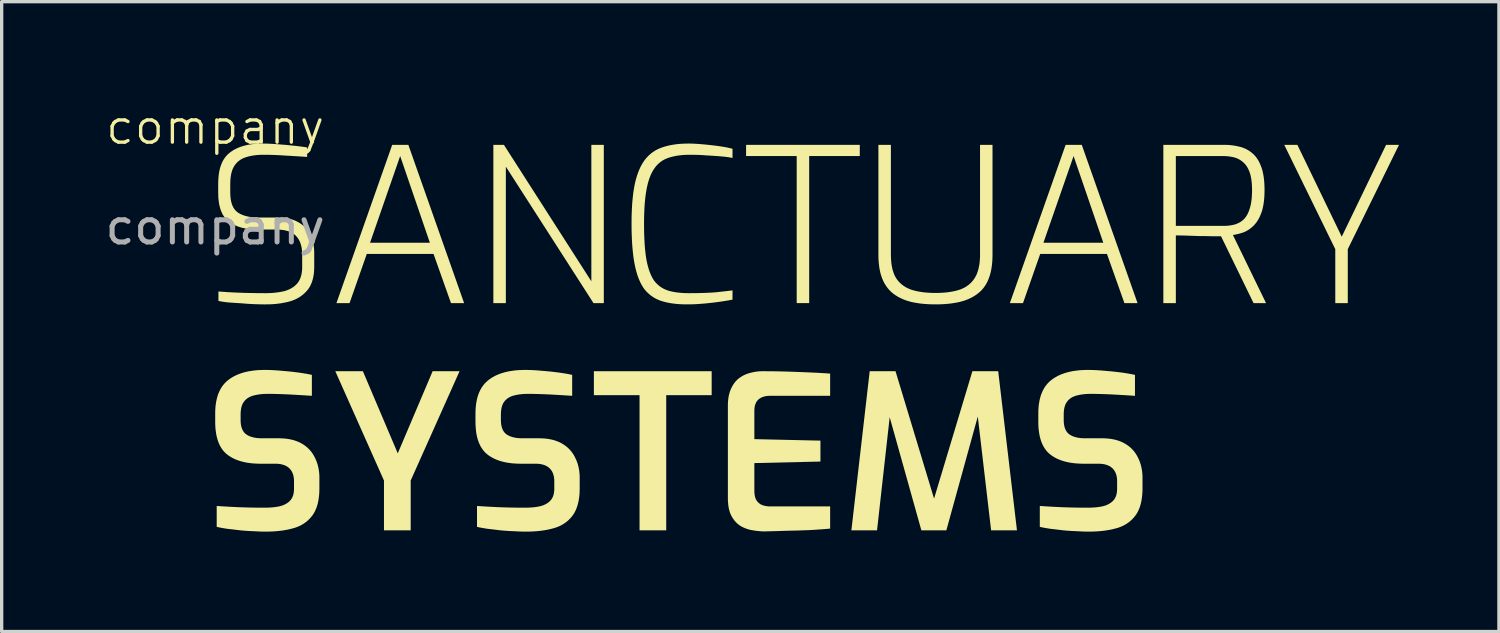
<source format=kicad_pcb>
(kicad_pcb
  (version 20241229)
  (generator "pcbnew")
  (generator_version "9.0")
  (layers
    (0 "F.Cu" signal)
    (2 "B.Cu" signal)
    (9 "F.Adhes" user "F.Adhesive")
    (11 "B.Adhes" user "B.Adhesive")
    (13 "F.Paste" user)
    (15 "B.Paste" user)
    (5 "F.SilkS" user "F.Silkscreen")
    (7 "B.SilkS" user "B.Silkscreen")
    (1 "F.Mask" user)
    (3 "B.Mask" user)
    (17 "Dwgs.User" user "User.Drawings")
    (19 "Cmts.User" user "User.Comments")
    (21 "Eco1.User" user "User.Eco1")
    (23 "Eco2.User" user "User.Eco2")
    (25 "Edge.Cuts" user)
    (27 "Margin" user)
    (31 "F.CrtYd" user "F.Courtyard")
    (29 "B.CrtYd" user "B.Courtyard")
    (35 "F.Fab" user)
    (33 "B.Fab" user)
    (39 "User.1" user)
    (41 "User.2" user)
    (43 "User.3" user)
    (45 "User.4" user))
  (footprint "company"
    (layer "F.Cu")
    (at 3.411 1.26)
    (property "Reference" "company" (at 0 -0.5 0) (unlocked yes) (layer "F.SilkS") (effects (font (size 1 1) (thickness 0.1))))
    (fp_poly (pts (xy 21.624 4.828) (xy 21.624 4.828) (xy 21.624 4.828)) (stroke (width -0.000001) (type solid)) (fill yes) (layer "F.SilkS"))
    (fp_poly (pts (xy 14.905 7.554) (xy 13.541 7.554) (xy 13.541 11.612) (xy 12.74 11.612) (xy 12.74 7.554) (xy 11.369 7.554) (xy 11.369 6.835) (xy 14.905 6.835)) (stroke (width -0.000001) (type solid)) (fill yes) (layer "F.SilkS"))
    (fp_poly (pts (xy 19.352 0.375) (xy 17.833 0.375) (xy 17.833 4.79) (xy 17.458 4.79) (xy 17.458 0.375) (xy 15.939 0.375) (xy 15.939 0.039) (xy 19.352 0.039)) (stroke (width -0.000001) (type solid)) (fill yes) (layer "F.SilkS"))
    (fp_poly (pts (xy 5.481 9.301) (xy 6.528 6.835) (xy 7.336 6.835) (xy 5.869 10.117) (xy 5.869 11.612) (xy 5.067 11.612) (xy 5.067 10.117) (xy 3.606 6.835) (xy 4.434 6.835)) (stroke (width -0.000001) (type solid)) (fill yes) (layer "F.SilkS"))
    (fp_poly (pts (xy 33.822 2.796) (xy 35.153 0.039) (xy 35.541 0.039) (xy 34.003 3.171) (xy 34.003 4.79) (xy 33.628 4.79) (xy 33.628 3.171) (xy 32.096 0.039) (xy 32.49 0.039)) (stroke (width -0.000001) (type solid)) (fill yes) (layer "F.SilkS"))
    (fp_poly (pts (xy 11.293 4.136) (xy 11.293 0.039) (xy 11.667 0.039) (xy 11.667 4.79) (xy 11.357 4.79) (xy 8.726 0.693) (xy 8.726 4.79) (xy 8.351 4.79) (xy 8.351 0.039) (xy 8.668 0.039)) (stroke (width -0.000001) (type solid)) (fill yes) (layer "F.SilkS"))
    (fp_poly (pts (xy 21.582 10.66) (xy 22.733 6.835) (xy 23.508 6.835) (xy 24.071 11.612) (xy 23.295 11.612) (xy 22.895 8.196) (xy 21.951 11.612) (xy 21.201 11.612) (xy 20.25 8.215) (xy 19.87 11.612) (xy 19.1 11.612) (xy 19.65 6.835) (xy 20.425 6.835)) (stroke (width -0.000001) (type solid)) (fill yes) (layer "F.SilkS"))
    (fp_poly (pts (xy 7.473 4.79) (xy 7.079 4.79) (xy 6.555 3.314) (xy 4.551 3.314) (xy 4.034 4.79) (xy 3.64 4.79) (xy 4.279 2.977) (xy 4.649 2.977) (xy 6.445 2.977) (xy 5.553 0.375) (xy 4.649 2.977) (xy 4.279 2.977) (xy 5.314 0.039) (xy 5.799 0.039)) (stroke (width -0.000001) (type solid)) (fill yes) (layer "F.SilkS"))
    (fp_poly (pts (xy 27.691 4.79) (xy 27.297 4.79) (xy 26.773 3.314) (xy 24.769 3.314) (xy 24.252 4.79) (xy 23.858 4.79) (xy 24.497 2.977) (xy 24.866 2.977) (xy 26.663 2.977) (xy 25.771 0.375) (xy 24.866 2.977) (xy 24.497 2.977) (xy 25.532 0.039) (xy 26.017 0.039)) (stroke (width -0.000001) (type solid)) (fill yes) (layer "F.SilkS"))
    (fp_poly (pts (xy 20.286 3.333) (xy 20.287 3.389) (xy 20.289 3.443) (xy 20.292 3.496) (xy 20.296 3.547) (xy 20.301 3.597) (xy 20.308 3.645) (xy 20.316 3.691) (xy 20.325 3.736) (xy 20.335 3.78) (xy 20.347 3.821) (xy 20.36 3.861) (xy 20.374 3.9) (xy 20.389 3.937) (xy 20.405 3.973) (xy 20.423 4.006) (xy 20.442 4.039) (xy 20.462 4.069) (xy 20.484 4.098) (xy 20.507 4.126) (xy 20.531 4.153) (xy 20.556 4.179) (xy 20.582 4.203) (xy 20.609 4.227) (xy 20.637 4.249) (xy 20.666 4.27) (xy 20.697 4.291) (xy 20.728 4.31) (xy 20.76 4.328) (xy 20.794 4.344) (xy 20.828 4.36) (xy 20.864 4.375) (xy 20.9 4.388) (xy 20.939 4.4) (xy 20.978 4.411) (xy 21.018 4.421) (xy 21.06 4.431) (xy 21.102 4.44) (xy 21.145 4.447) (xy 21.233 4.461) (xy 21.326 4.472) (xy 21.422 4.479) (xy 21.521 4.484) (xy 21.624 4.485) (xy 21.729 4.484) (xy 21.829 4.479) (xy 21.926 4.472) (xy 22.019 4.461) (xy 22.107 4.447) (xy 22.191 4.431) (xy 22.272 4.411) (xy 22.348 4.388) (xy 22.385 4.375) (xy 22.42 4.36) (xy 22.455 4.344) (xy 22.488 4.328) (xy 22.52 4.31) (xy 22.551 4.291) (xy 22.581 4.27) (xy 22.61 4.249) (xy 22.638 4.227) (xy 22.664 4.203) (xy 22.69 4.179) (xy 22.714 4.153) (xy 22.738 4.126) (xy 22.76 4.098) (xy 22.781 4.069) (xy 22.801 4.039) (xy 22.82 4.006) (xy 22.839 3.973) (xy 22.856 3.937) (xy 22.871 3.9) (xy 22.886 3.861) (xy 22.899 3.821) (xy 22.911 3.78) (xy 22.922 3.736) (xy 22.931 3.691) (xy 22.94 3.645) (xy 22.947 3.597) (xy 22.952 3.547) (xy 22.957 3.496) (xy 22.96 3.443) (xy 22.962 3.389) (xy 22.962 3.333) (xy 22.962 0.039) (xy 23.337 0.039) (xy 23.337 3.333) (xy 23.335 3.439) (xy 23.33 3.541) (xy 23.321 3.639) (xy 23.308 3.731) (xy 23.3 3.776) (xy 23.292 3.82) (xy 23.282 3.862) (xy 23.272 3.904) (xy 23.26 3.944) (xy 23.248 3.983) (xy 23.235 4.021) (xy 23.221 4.058) (xy 23.207 4.093) (xy 23.192 4.128) (xy 23.176 4.161) (xy 23.159 4.193) (xy 23.141 4.225) (xy 23.122 4.255) (xy 23.102 4.285) (xy 23.082 4.314) (xy 23.06 4.342) (xy 23.038 4.369) (xy 23.015 4.395) (xy 22.991 4.42) (xy 22.965 4.444) (xy 22.939 4.467) (xy 22.913 4.49) (xy 22.885 4.511) (xy 22.857 4.532) (xy 22.828 4.552) (xy 22.799 4.571) (xy 22.768 4.59) (xy 22.737 4.608) (xy 22.705 4.625) (xy 22.673 4.641) (xy 22.639 4.657) (xy 22.605 4.672) (xy 22.57 4.686) (xy 22.534 4.7) (xy 22.497 4.713) (xy 22.459 4.725) (xy 22.421 4.736) (xy 22.382 4.747) (xy 22.342 4.757) (xy 22.261 4.774) (xy 22.178 4.788) (xy 22.092 4.801) (xy 22.004 4.811) (xy 21.913 4.818) (xy 21.819 4.824) (xy 21.723 4.827) (xy 21.624 4.828) (xy 21.527 4.827) (xy 21.432 4.824) (xy 21.339 4.818) (xy 21.248 4.811) (xy 21.159 4.801) (xy 21.073 4.788) (xy 20.989 4.774) (xy 20.907 4.757) (xy 20.868 4.747) (xy 20.829 4.736) (xy 20.791 4.725) (xy 20.754 4.713) (xy 20.718 4.7) (xy 20.682 4.686) (xy 20.647 4.672) (xy 20.613 4.657) (xy 20.579 4.641) (xy 20.546 4.625) (xy 20.514 4.608) (xy 20.483 4.59) (xy 20.452 4.571) (xy 20.422 4.552) (xy 20.393 4.532) (xy 20.364 4.511) (xy 20.337 4.49) (xy 20.311 4.467) (xy 20.285 4.444) (xy 20.261 4.42) (xy 20.237 4.395) (xy 20.214 4.369) (xy 20.191 4.342) (xy 20.17 4.314) (xy 20.149 4.285) (xy 20.13 4.255) (xy 20.111 4.225) (xy 20.092 4.193) (xy 20.075 4.161) (xy 20.058 4.128) (xy 20.043 4.093) (xy 20.028 4.058) (xy 20.014 4.021) (xy 20.001 3.983) (xy 19.988 3.944) (xy 19.977 3.904) (xy 19.966 3.862) (xy 19.957 3.82) (xy 19.948 3.776) (xy 19.94 3.731) (xy 19.934 3.685) (xy 19.928 3.639) (xy 19.923 3.59) (xy 19.919 3.541) (xy 19.915 3.491) (xy 19.913 3.439) (xy 19.912 3.387) (xy 19.911 3.333) (xy 19.911 0.039) (xy 20.286 0.039)) (stroke (width -0.000001) (type solid)) (fill yes) (layer "F.SilkS"))
    (fp_poly (pts (xy 16.647 6.836) (xy 16.856 6.838) (xy 17.054 6.843) (xy 17.24 6.848) (xy 17.586 6.861) (xy 17.9 6.874) (xy 18.049 6.881) (xy 18.192 6.889) (xy 18.33 6.897) (xy 18.462 6.906) (xy 18.462 7.573) (xy 16.659 7.573) (xy 16.631 7.574) (xy 16.605 7.575) (xy 16.579 7.577) (xy 16.554 7.58) (xy 16.53 7.584) (xy 16.506 7.589) (xy 16.484 7.594) (xy 16.461 7.601) (xy 16.44 7.608) (xy 16.419 7.616) (xy 16.399 7.625) (xy 16.38 7.635) (xy 16.361 7.646) (xy 16.343 7.657) (xy 16.326 7.67) (xy 16.31 7.683) (xy 16.295 7.697) (xy 16.281 7.713) (xy 16.268 7.729) (xy 16.256 7.746) (xy 16.245 7.764) (xy 16.235 7.783) (xy 16.226 7.803) (xy 16.218 7.824) (xy 16.21 7.846) (xy 16.204 7.869) (xy 16.199 7.893) (xy 16.194 7.917) (xy 16.191 7.943) (xy 16.189 7.97) (xy 16.187 7.998) (xy 16.187 8.026) (xy 16.187 8.874) (xy 18.171 8.919) (xy 18.171 9.547) (xy 16.187 9.593) (xy 16.187 10.415) (xy 16.187 10.438) (xy 16.188 10.462) (xy 16.189 10.484) (xy 16.191 10.506) (xy 16.193 10.527) (xy 16.196 10.547) (xy 16.199 10.567) (xy 16.203 10.586) (xy 16.207 10.604) (xy 16.212 10.622) (xy 16.217 10.639) (xy 16.223 10.655) (xy 16.229 10.67) (xy 16.236 10.685) (xy 16.244 10.699) (xy 16.251 10.712) (xy 16.26 10.725) (xy 16.27 10.737) (xy 16.279 10.749) (xy 16.289 10.76) (xy 16.299 10.771) (xy 16.309 10.781) (xy 16.32 10.79) (xy 16.331 10.8) (xy 16.342 10.808) (xy 16.353 10.816) (xy 16.364 10.824) (xy 16.376 10.831) (xy 16.388 10.838) (xy 16.401 10.844) (xy 16.413 10.85) (xy 16.426 10.855) (xy 16.44 10.859) (xy 16.454 10.864) (xy 16.467 10.868) (xy 16.481 10.872) (xy 16.495 10.875) (xy 16.509 10.878) (xy 16.523 10.881) (xy 16.538 10.884) (xy 16.552 10.886) (xy 16.566 10.888) (xy 16.58 10.89) (xy 16.594 10.891) (xy 16.609 10.892) (xy 16.623 10.893) (xy 16.638 10.893) (xy 16.652 10.893) (xy 18.462 10.893) (xy 18.462 11.56) (xy 18.316 11.573) (xy 18.165 11.584) (xy 18.006 11.595) (xy 17.842 11.605) (xy 17.502 11.617) (xy 17.156 11.625) (xy 16.82 11.636) (xy 16.497 11.644) (xy 16.458 11.644) (xy 16.417 11.642) (xy 16.375 11.64) (xy 16.332 11.636) (xy 16.288 11.632) (xy 16.243 11.626) (xy 16.196 11.62) (xy 16.148 11.612) (xy 16.125 11.608) (xy 16.101 11.604) (xy 16.078 11.6) (xy 16.055 11.595) (xy 16.032 11.589) (xy 16.009 11.582) (xy 15.986 11.576) (xy 15.964 11.568) (xy 15.941 11.56) (xy 15.919 11.552) (xy 15.896 11.543) (xy 15.874 11.533) (xy 15.852 11.523) (xy 15.83 11.512) (xy 15.808 11.501) (xy 15.786 11.489) (xy 15.764 11.476) (xy 15.743 11.462) (xy 15.723 11.447) (xy 15.703 11.431) (xy 15.683 11.415) (xy 15.664 11.398) (xy 15.646 11.38) (xy 15.628 11.361) (xy 15.61 11.342) (xy 15.593 11.322) (xy 15.577 11.301) (xy 15.561 11.279) (xy 15.545 11.257) (xy 15.53 11.233) (xy 15.516 11.209) (xy 15.502 11.185) (xy 15.488 11.159) (xy 15.476 11.132) (xy 15.464 11.104) (xy 15.453 11.075) (xy 15.444 11.045) (xy 15.435 11.013) (xy 15.426 10.981) (xy 15.419 10.947) (xy 15.413 10.912) (xy 15.407 10.876) (xy 15.402 10.838) (xy 15.399 10.8) (xy 15.396 10.76) (xy 15.393 10.72) (xy 15.392 10.678) (xy 15.392 10.635) (xy 15.392 7.877) (xy 15.393 7.803) (xy 15.395 7.767) (xy 15.397 7.732) (xy 15.401 7.697) (xy 15.404 7.664) (xy 15.409 7.631) (xy 15.414 7.599) (xy 15.42 7.568) (xy 15.427 7.538) (xy 15.435 7.508) (xy 15.443 7.479) (xy 15.451 7.451) (xy 15.461 7.424) (xy 15.471 7.398) (xy 15.482 7.372) (xy 15.494 7.347) (xy 15.506 7.322) (xy 15.518 7.298) (xy 15.531 7.275) (xy 15.544 7.252) (xy 15.558 7.23) (xy 15.573 7.209) (xy 15.587 7.188) (xy 15.602 7.168) (xy 15.618 7.149) (xy 15.634 7.131) (xy 15.651 7.113) (xy 15.668 7.096) (xy 15.685 7.079) (xy 15.703 7.064) (xy 15.721 7.049) (xy 15.741 7.035) (xy 15.761 7.021) (xy 15.78 7.008) (xy 15.801 6.995) (xy 15.821 6.983) (xy 15.841 6.971) (xy 15.862 6.961) (xy 15.883 6.95) (xy 15.904 6.94) (xy 15.925 6.931) (xy 15.947 6.922) (xy 15.969 6.914) (xy 15.99 6.907) (xy 16.013 6.899) (xy 16.035 6.893) (xy 16.057 6.887) (xy 16.104 6.875) (xy 16.151 6.864) (xy 16.197 6.855) (xy 16.243 6.848) (xy 16.289 6.843) (xy 16.335 6.838) (xy 16.381 6.836) (xy 16.426 6.835)) (stroke (width -0.000001) (type solid)) (fill yes) (layer "F.SilkS"))
    (fp_poly (pts (xy 30.361 0.04) (xy 30.415 0.042) (xy 30.468 0.046) (xy 30.521 0.052) (xy 30.575 0.059) (xy 30.628 0.068) (xy 30.681 0.078) (xy 30.735 0.091) (xy 30.761 0.097) (xy 30.787 0.103) (xy 30.813 0.111) (xy 30.839 0.119) (xy 30.864 0.128) (xy 30.889 0.138) (xy 30.914 0.149) (xy 30.938 0.16) (xy 30.962 0.172) (xy 30.986 0.185) (xy 31.01 0.199) (xy 31.033 0.213) (xy 31.056 0.228) (xy 31.078 0.244) (xy 31.101 0.261) (xy 31.123 0.278) (xy 31.144 0.296) (xy 31.165 0.314) (xy 31.186 0.334) (xy 31.205 0.355) (xy 31.225 0.377) (xy 31.243 0.399) (xy 31.262 0.423) (xy 31.279 0.448) (xy 31.296 0.474) (xy 31.313 0.501) (xy 31.329 0.529) (xy 31.344 0.559) (xy 31.359 0.589) (xy 31.373 0.62) (xy 31.387 0.653) (xy 31.4 0.686) (xy 31.413 0.721) (xy 31.425 0.757) (xy 31.436 0.794) (xy 31.446 0.833) (xy 31.455 0.872) (xy 31.463 0.914) (xy 31.471 0.956) (xy 31.478 1) (xy 31.484 1.045) (xy 31.489 1.092) (xy 31.494 1.139) (xy 31.497 1.188) (xy 31.5 1.239) (xy 31.502 1.291) (xy 31.504 1.398) (xy 31.502 1.498) (xy 31.498 1.593) (xy 31.491 1.683) (xy 31.481 1.769) (xy 31.468 1.85) (xy 31.453 1.926) (xy 31.435 1.998) (xy 31.424 2.032) (xy 31.413 2.065) (xy 31.402 2.096) (xy 31.39 2.126) (xy 31.378 2.155) (xy 31.365 2.184) (xy 31.352 2.212) (xy 31.338 2.239) (xy 31.324 2.265) (xy 31.31 2.29) (xy 31.295 2.314) (xy 31.28 2.337) (xy 31.265 2.36) (xy 31.249 2.381) (xy 31.232 2.402) (xy 31.215 2.422) (xy 31.198 2.441) (xy 31.181 2.46) (xy 31.163 2.477) (xy 31.145 2.494) (xy 31.126 2.51) (xy 31.108 2.526) (xy 31.089 2.541) (xy 31.07 2.555) (xy 31.051 2.569) (xy 31.032 2.582) (xy 31.013 2.595) (xy 30.993 2.607) (xy 30.973 2.619) (xy 30.953 2.629) (xy 30.933 2.64) (xy 30.912 2.649) (xy 30.891 2.658) (xy 30.87 2.667) (xy 30.829 2.681) (xy 30.788 2.693) (xy 30.747 2.705) (xy 30.707 2.715) (xy 30.668 2.724) (xy 30.629 2.732) (xy 30.591 2.739) (xy 30.554 2.744) (xy 31.549 4.79) (xy 31.174 4.79) (xy 30.198 2.783) (xy 29.914 2.783) (xy 29.825 2.78) (xy 29.735 2.778) (xy 29.641 2.777) (xy 29.545 2.777) (xy 29.164 2.764) (xy 29.074 2.761) (xy 28.989 2.759) (xy 28.912 2.758) (xy 28.841 2.757) (xy 28.841 4.79) (xy 28.466 4.79) (xy 28.466 2.472) (xy 28.841 2.472) (xy 30.263 2.472) (xy 30.306 2.472) (xy 30.349 2.47) (xy 30.391 2.467) (xy 30.433 2.463) (xy 30.474 2.457) (xy 30.514 2.451) (xy 30.553 2.443) (xy 30.593 2.434) (xy 30.612 2.429) (xy 30.631 2.423) (xy 30.65 2.417) (xy 30.668 2.41) (xy 30.686 2.402) (xy 30.704 2.394) (xy 30.722 2.386) (xy 30.74 2.377) (xy 30.757 2.367) (xy 30.774 2.357) (xy 30.791 2.347) (xy 30.807 2.335) (xy 30.823 2.324) (xy 30.839 2.311) (xy 30.855 2.298) (xy 30.87 2.285) (xy 30.886 2.27) (xy 30.9 2.254) (xy 30.914 2.238) (xy 30.928 2.22) (xy 30.942 2.202) (xy 30.954 2.184) (xy 30.967 2.164) (xy 30.979 2.144) (xy 30.99 2.123) (xy 31.001 2.101) (xy 31.012 2.079) (xy 31.022 2.055) (xy 31.032 2.031) (xy 31.041 2.007) (xy 31.05 1.981) (xy 31.058 1.955) (xy 31.067 1.927) (xy 31.075 1.899) (xy 31.082 1.87) (xy 31.089 1.84) (xy 31.095 1.809) (xy 31.101 1.776) (xy 31.106 1.743) (xy 31.111 1.709) (xy 31.115 1.673) (xy 31.119 1.637) (xy 31.124 1.561) (xy 31.128 1.482) (xy 31.129 1.398) (xy 31.128 1.318) (xy 31.124 1.241) (xy 31.119 1.169) (xy 31.111 1.1) (xy 31.101 1.036) (xy 31.089 0.976) (xy 31.075 0.919) (xy 31.067 0.893) (xy 31.058 0.867) (xy 31.049 0.843) (xy 31.039 0.819) (xy 31.029 0.795) (xy 31.019 0.773) (xy 31.008 0.751) (xy 30.997 0.73) (xy 30.986 0.71) (xy 30.974 0.691) (xy 30.961 0.672) (xy 30.949 0.654) (xy 30.936 0.637) (xy 30.922 0.621) (xy 30.908 0.605) (xy 30.894 0.59) (xy 30.879 0.576) (xy 30.864 0.563) (xy 30.849 0.55) (xy 30.833 0.537) (xy 30.817 0.524) (xy 30.801 0.513) (xy 30.784 0.501) (xy 30.767 0.491) (xy 30.75 0.48) (xy 30.733 0.471) (xy 30.716 0.462) (xy 30.698 0.453) (xy 30.68 0.445) (xy 30.662 0.438) (xy 30.643 0.431) (xy 30.624 0.425) (xy 30.605 0.419) (xy 30.586 0.414) (xy 30.547 0.405) (xy 30.508 0.397) (xy 30.468 0.391) (xy 30.428 0.385) (xy 30.387 0.381) (xy 30.346 0.378) (xy 30.305 0.376) (xy 30.263 0.375) (xy 28.841 0.375) (xy 28.841 2.472) (xy 28.466 2.472) (xy 28.466 0.039) (xy 30.308 0.039)) (stroke (width -0.000001) (type solid)) (fill yes) (layer "F.SilkS"))
    (fp_poly (pts (xy 14.249 0.000303) (xy 14.294 0.001) (xy 14.34 0.003) (xy 14.389 0.005) (xy 14.439 0.008) (xy 14.491 0.011) (xy 14.6 0.019) (xy 14.718 0.03) (xy 14.836 0.042) (xy 14.957 0.056) (xy 15.079 0.071) (xy 15.14 0.08) (xy 15.199 0.089) (xy 15.258 0.098) (xy 15.315 0.108) (xy 15.371 0.119) (xy 15.425 0.131) (xy 15.479 0.143) (xy 15.531 0.155) (xy 15.531 0.434) (xy 15.504 0.427) (xy 15.473 0.421) (xy 15.439 0.415) (xy 15.402 0.409) (xy 15.362 0.404) (xy 15.318 0.398) (xy 15.271 0.393) (xy 15.221 0.388) (xy 15.114 0.379) (xy 15.001 0.371) (xy 14.882 0.363) (xy 14.756 0.356) (xy 14.63 0.347) (xy 14.504 0.341) (xy 14.377 0.338) (xy 14.251 0.337) (xy 14.159 0.338) (xy 14.071 0.342) (xy 13.986 0.349) (xy 13.904 0.359) (xy 13.826 0.372) (xy 13.751 0.388) (xy 13.68 0.406) (xy 13.645 0.416) (xy 13.612 0.427) (xy 13.58 0.438) (xy 13.548 0.45) (xy 13.518 0.464) (xy 13.488 0.478) (xy 13.459 0.494) (xy 13.431 0.51) (xy 13.404 0.528) (xy 13.377 0.547) (xy 13.351 0.567) (xy 13.326 0.588) (xy 13.302 0.61) (xy 13.278 0.633) (xy 13.255 0.658) (xy 13.233 0.683) (xy 13.212 0.71) (xy 13.191 0.738) (xy 13.172 0.766) (xy 13.152 0.796) (xy 13.134 0.827) (xy 13.116 0.86) (xy 13.099 0.894) (xy 13.082 0.929) (xy 13.066 0.966) (xy 13.051 1.005) (xy 13.036 1.045) (xy 13.022 1.086) (xy 13.009 1.129) (xy 12.996 1.174) (xy 12.984 1.219) (xy 12.973 1.267) (xy 12.962 1.315) (xy 12.952 1.366) (xy 12.934 1.47) (xy 12.918 1.581) (xy 12.905 1.699) (xy 12.894 1.825) (xy 12.886 1.958) (xy 12.88 2.099) (xy 12.876 2.246) (xy 12.875 2.401) (xy 12.876 2.564) (xy 12.879 2.719) (xy 12.885 2.866) (xy 12.892 3.005) (xy 12.902 3.136) (xy 12.915 3.259) (xy 12.929 3.375) (xy 12.946 3.482) (xy 12.966 3.583) (xy 12.989 3.677) (xy 13.002 3.722) (xy 13.015 3.766) (xy 13.028 3.807) (xy 13.043 3.848) (xy 13.058 3.887) (xy 13.073 3.924) (xy 13.089 3.96) (xy 13.106 3.994) (xy 13.123 4.027) (xy 13.141 4.058) (xy 13.159 4.088) (xy 13.178 4.116) (xy 13.199 4.143) (xy 13.22 4.168) (xy 13.242 4.192) (xy 13.265 4.215) (xy 13.289 4.237) (xy 13.313 4.258) (xy 13.338 4.279) (xy 13.364 4.298) (xy 13.391 4.316) (xy 13.418 4.333) (xy 13.446 4.349) (xy 13.475 4.364) (xy 13.505 4.378) (xy 13.535 4.391) (xy 13.567 4.403) (xy 13.599 4.414) (xy 13.631 4.424) (xy 13.665 4.432) (xy 13.699 4.441) (xy 13.735 4.448) (xy 13.808 4.462) (xy 13.885 4.472) (xy 13.965 4.481) (xy 14.048 4.487) (xy 14.135 4.491) (xy 14.225 4.492) (xy 14.457 4.49) (xy 14.667 4.485) (xy 14.855 4.477) (xy 14.94 4.472) (xy 15.021 4.466) (xy 15.171 4.45) (xy 15.307 4.435) (xy 15.427 4.421) (xy 15.531 4.408) (xy 15.531 4.686) (xy 15.429 4.705) (xy 15.321 4.723) (xy 15.209 4.741) (xy 15.092 4.757) (xy 14.972 4.773) (xy 14.853 4.786) (xy 14.733 4.799) (xy 14.613 4.809) (xy 14.495 4.818) (xy 14.381 4.824) (xy 14.269 4.827) (xy 14.161 4.828) (xy 14.161 4.828) (xy 14.054 4.827) (xy 13.952 4.822) (xy 13.852 4.815) (xy 13.757 4.804) (xy 13.665 4.791) (xy 13.577 4.774) (xy 13.492 4.754) (xy 13.411 4.731) (xy 13.373 4.719) (xy 13.335 4.705) (xy 13.298 4.689) (xy 13.262 4.673) (xy 13.227 4.655) (xy 13.193 4.637) (xy 13.159 4.617) (xy 13.127 4.595) (xy 13.095 4.573) (xy 13.064 4.549) (xy 13.033 4.524) (xy 13.004 4.498) (xy 12.975 4.471) (xy 12.947 4.443) (xy 12.92 4.413) (xy 12.894 4.382) (xy 12.869 4.349) (xy 12.846 4.314) (xy 12.823 4.277) (xy 12.8 4.239) (xy 12.779 4.199) (xy 12.758 4.157) (xy 12.739 4.113) (xy 12.72 4.068) (xy 12.701 4.021) (xy 12.684 3.972) (xy 12.667 3.922) (xy 12.652 3.87) (xy 12.637 3.816) (xy 12.623 3.76) (xy 12.609 3.703) (xy 12.597 3.644) (xy 12.574 3.52) (xy 12.554 3.387) (xy 12.538 3.245) (xy 12.524 3.094) (xy 12.513 2.934) (xy 12.506 2.765) (xy 12.501 2.588) (xy 12.5 2.401) (xy 12.501 2.226) (xy 12.506 2.058) (xy 12.513 1.898) (xy 12.524 1.746) (xy 12.538 1.602) (xy 12.554 1.466) (xy 12.574 1.337) (xy 12.597 1.217) (xy 12.61 1.159) (xy 12.624 1.102) (xy 12.639 1.047) (xy 12.655 0.994) (xy 12.671 0.942) (xy 12.689 0.892) (xy 12.707 0.843) (xy 12.726 0.796) (xy 12.746 0.751) (xy 12.766 0.707) (xy 12.788 0.665) (xy 12.81 0.625) (xy 12.833 0.586) (xy 12.857 0.549) (xy 12.882 0.513) (xy 12.907 0.479) (xy 12.933 0.446) (xy 12.961 0.415) (xy 12.989 0.385) (xy 13.018 0.356) (xy 13.048 0.329) (xy 13.079 0.303) (xy 13.11 0.278) (xy 13.143 0.254) (xy 13.177 0.232) (xy 13.211 0.21) (xy 13.246 0.191) (xy 13.283 0.172) (xy 13.32 0.155) (xy 13.358 0.138) (xy 13.397 0.124) (xy 13.437 0.11) (xy 13.478 0.097) (xy 13.52 0.084) (xy 13.562 0.073) (xy 13.606 0.062) (xy 13.651 0.052) (xy 13.697 0.043) (xy 13.743 0.035) (xy 13.791 0.028) (xy 13.839 0.021) (xy 13.889 0.015) (xy 13.991 0.007) (xy 14.097 0.002) (xy 14.206 0)) (stroke (width -0.000001) (type solid)) (fill yes) (layer "F.SilkS"))
    (fp_poly (pts (xy 1.548 6.797) (xy 1.61 6.798) (xy 1.673 6.8) (xy 1.735 6.803) (xy 1.799 6.807) (xy 1.862 6.811) (xy 1.926 6.816) (xy 1.991 6.822) (xy 2.122 6.833) (xy 2.249 6.845) (xy 2.374 6.859) (xy 2.495 6.874) (xy 2.61 6.891) (xy 2.716 6.908) (xy 2.766 6.917) (xy 2.814 6.926) (xy 2.859 6.936) (xy 2.902 6.945) (xy 2.902 7.573) (xy 2.597 7.554) (xy 2.249 7.534) (xy 2.072 7.526) (xy 1.9 7.52) (xy 1.735 7.516) (xy 1.577 7.515) (xy 1.517 7.516) (xy 1.458 7.518) (xy 1.401 7.522) (xy 1.346 7.528) (xy 1.293 7.535) (xy 1.241 7.544) (xy 1.192 7.555) (xy 1.144 7.567) (xy 1.121 7.573) (xy 1.099 7.581) (xy 1.077 7.589) (xy 1.056 7.598) (xy 1.036 7.607) (xy 1.016 7.617) (xy 0.997 7.628) (xy 0.979 7.639) (xy 0.962 7.652) (xy 0.945 7.664) (xy 0.929 7.678) (xy 0.914 7.692) (xy 0.899 7.706) (xy 0.885 7.722) (xy 0.872 7.738) (xy 0.86 7.754) (xy 0.848 7.771) (xy 0.837 7.789) (xy 0.827 7.807) (xy 0.817 7.827) (xy 0.809 7.848) (xy 0.801 7.87) (xy 0.793 7.892) (xy 0.787 7.916) (xy 0.781 7.941) (xy 0.776 7.967) (xy 0.772 7.994) (xy 0.769 8.021) (xy 0.766 8.05) (xy 0.764 8.08) (xy 0.763 8.111) (xy 0.763 8.143) (xy 0.763 8.298) (xy 0.763 8.335) (xy 0.765 8.371) (xy 0.768 8.406) (xy 0.773 8.439) (xy 0.778 8.47) (xy 0.785 8.501) (xy 0.794 8.53) (xy 0.803 8.557) (xy 0.814 8.583) (xy 0.826 8.607) (xy 0.839 8.631) (xy 0.854 8.652) (xy 0.869 8.673) (xy 0.886 8.692) (xy 0.905 8.709) (xy 0.924 8.725) (xy 0.946 8.74) (xy 0.969 8.754) (xy 0.992 8.767) (xy 1.017 8.779) (xy 1.043 8.79) (xy 1.07 8.8) (xy 1.099 8.809) (xy 1.128 8.817) (xy 1.158 8.825) (xy 1.19 8.831) (xy 1.223 8.836) (xy 1.256 8.841) (xy 1.291 8.844) (xy 1.327 8.846) (xy 1.364 8.848) (xy 1.403 8.848) (xy 1.9 8.848) (xy 1.952 8.849) (xy 2.003 8.851) (xy 2.053 8.854) (xy 2.101 8.858) (xy 2.148 8.863) (xy 2.195 8.87) (xy 2.239 8.878) (xy 2.283 8.887) (xy 2.326 8.897) (xy 2.367 8.909) (xy 2.408 8.922) (xy 2.447 8.936) (xy 2.485 8.951) (xy 2.522 8.967) (xy 2.557 8.985) (xy 2.592 9.004) (xy 2.625 9.023) (xy 2.658 9.044) (xy 2.689 9.066) (xy 2.719 9.088) (xy 2.748 9.112) (xy 2.776 9.136) (xy 2.802 9.162) (xy 2.828 9.188) (xy 2.852 9.215) (xy 2.876 9.243) (xy 2.898 9.272) (xy 2.919 9.302) (xy 2.939 9.333) (xy 2.958 9.365) (xy 2.976 9.397) (xy 2.993 9.431) (xy 3.009 9.464) (xy 3.024 9.498) (xy 3.039 9.533) (xy 3.052 9.568) (xy 3.064 9.604) (xy 3.075 9.641) (xy 3.085 9.678) (xy 3.094 9.716) (xy 3.102 9.754) (xy 3.109 9.793) (xy 3.115 9.832) (xy 3.12 9.872) (xy 3.124 9.913) (xy 3.126 9.955) (xy 3.128 9.997) (xy 3.128 10.039) (xy 3.128 10.343) (xy 3.127 10.409) (xy 3.125 10.472) (xy 3.121 10.534) (xy 3.115 10.593) (xy 3.108 10.651) (xy 3.099 10.707) (xy 3.089 10.761) (xy 3.077 10.813) (xy 3.063 10.863) (xy 3.048 10.911) (xy 3.031 10.957) (xy 3.012 11.001) (xy 2.992 11.043) (xy 2.97 11.084) (xy 2.947 11.122) (xy 2.922 11.159) (xy 2.895 11.194) (xy 2.867 11.227) (xy 2.839 11.259) (xy 2.808 11.29) (xy 2.777 11.319) (xy 2.745 11.347) (xy 2.711 11.373) (xy 2.676 11.398) (xy 2.64 11.422) (xy 2.602 11.444) (xy 2.564 11.465) (xy 2.524 11.484) (xy 2.483 11.502) (xy 2.441 11.518) (xy 2.397 11.534) (xy 2.353 11.547) (xy 2.261 11.571) (xy 2.165 11.593) (xy 2.067 11.61) (xy 1.965 11.625) (xy 1.86 11.636) (xy 1.752 11.644) (xy 1.64 11.649) (xy 1.525 11.651) (xy 1.525 11.651) (xy 1.437 11.65) (xy 1.344 11.648) (xy 1.249 11.643) (xy 1.151 11.638) (xy 1.053 11.634) (xy 0.953 11.628) (xy 0.852 11.621) (xy 0.75 11.612) (xy 0.554 11.588) (xy 0.46 11.577) (xy 0.368 11.567) (xy 0.28 11.553) (xy 0.197 11.539) (xy 0.119 11.524) (xy 0.045 11.508) (xy 0.045 10.881) (xy 0.241 10.893) (xy 0.465 10.906) (xy 0.589 10.912) (xy 0.716 10.918) (xy 0.845 10.922) (xy 0.976 10.926) (xy 1.107 10.929) (xy 1.236 10.931) (xy 1.363 10.932) (xy 1.487 10.932) (xy 1.55 10.932) (xy 1.612 10.929) (xy 1.672 10.926) (xy 1.731 10.921) (xy 1.787 10.915) (xy 1.842 10.907) (xy 1.895 10.898) (xy 1.946 10.887) (xy 1.97 10.88) (xy 1.994 10.873) (xy 2.018 10.865) (xy 2.04 10.857) (xy 2.062 10.848) (xy 2.083 10.838) (xy 2.104 10.828) (xy 2.123 10.817) (xy 2.142 10.806) (xy 2.161 10.794) (xy 2.178 10.782) (xy 2.195 10.769) (xy 2.211 10.756) (xy 2.227 10.742) (xy 2.242 10.727) (xy 2.256 10.712) (xy 2.269 10.696) (xy 2.281 10.68) (xy 2.293 10.663) (xy 2.304 10.644) (xy 2.314 10.625) (xy 2.323 10.605) (xy 2.331 10.585) (xy 2.338 10.563) (xy 2.345 10.541) (xy 2.35 10.518) (xy 2.355 10.494) (xy 2.359 10.47) (xy 2.362 10.444) (xy 2.364 10.418) (xy 2.365 10.391) (xy 2.366 10.363) (xy 2.366 10.136) (xy 2.365 10.105) (xy 2.364 10.075) (xy 2.361 10.046) (xy 2.357 10.017) (xy 2.352 9.99) (xy 2.346 9.963) (xy 2.339 9.938) (xy 2.33 9.913) (xy 2.321 9.889) (xy 2.31 9.866) (xy 2.299 9.844) (xy 2.286 9.823) (xy 2.272 9.803) (xy 2.257 9.784) (xy 2.241 9.765) (xy 2.223 9.748) (xy 2.205 9.731) (xy 2.186 9.716) (xy 2.165 9.702) (xy 2.144 9.688) (xy 2.121 9.676) (xy 2.098 9.665) (xy 2.073 9.655) (xy 2.047 9.646) (xy 2.021 9.638) (xy 1.993 9.631) (xy 1.964 9.625) (xy 1.934 9.62) (xy 1.903 9.617) (xy 1.871 9.614) (xy 1.838 9.612) (xy 1.803 9.612) (xy 1.357 9.612) (xy 1.277 9.611) (xy 1.199 9.607) (xy 1.123 9.602) (xy 1.05 9.594) (xy 0.978 9.584) (xy 0.91 9.572) (xy 0.843 9.557) (xy 0.779 9.541) (xy 0.717 9.522) (xy 0.657 9.501) (xy 0.6 9.477) (xy 0.545 9.452) (xy 0.493 9.424) (xy 0.443 9.394) (xy 0.395 9.362) (xy 0.349 9.327) (xy 0.328 9.309) (xy 0.307 9.29) (xy 0.287 9.27) (xy 0.267 9.25) (xy 0.248 9.228) (xy 0.23 9.206) (xy 0.196 9.159) (xy 0.165 9.109) (xy 0.136 9.056) (xy 0.11 9) (xy 0.087 8.94) (xy 0.067 8.878) (xy 0.049 8.812) (xy 0.034 8.743) (xy 0.022 8.671) (xy 0.012 8.595) (xy 0.005 8.517) (xy 0.001 8.435) (xy 0 8.35) (xy 0 8.104) (xy 0.001 8.019) (xy 0.006 7.937) (xy 0.013 7.858) (xy 0.024 7.782) (xy 0.037 7.709) (xy 0.054 7.639) (xy 0.073 7.572) (xy 0.095 7.508) (xy 0.121 7.448) (xy 0.149 7.39) (xy 0.18 7.335) (xy 0.215 7.283) (xy 0.252 7.235) (xy 0.292 7.189) (xy 0.335 7.147) (xy 0.381 7.107) (xy 0.431 7.069) (xy 0.483 7.034) (xy 0.538 7.002) (xy 0.596 6.971) (xy 0.656 6.943) (xy 0.719 6.918) (xy 0.784 6.895) (xy 0.852 6.874) (xy 0.922 6.856) (xy 0.995 6.84) (xy 1.07 6.827) (xy 1.148 6.816) (xy 1.229 6.807) (xy 1.312 6.801) (xy 1.398 6.798) (xy 1.487 6.796)) (stroke (width -0.000001) (type solid)) (fill yes) (layer "F.SilkS"))
    (fp_poly (pts (xy 9.363 6.797) (xy 9.425 6.798) (xy 9.487 6.8) (xy 9.55 6.803) (xy 9.613 6.807) (xy 9.677 6.811) (xy 9.741 6.816) (xy 9.805 6.822) (xy 9.936 6.833) (xy 10.064 6.845) (xy 10.188 6.859) (xy 10.309 6.874) (xy 10.425 6.891) (xy 10.531 6.908) (xy 10.581 6.917) (xy 10.628 6.926) (xy 10.673 6.936) (xy 10.717 6.945) (xy 10.717 7.573) (xy 10.411 7.554) (xy 10.064 7.534) (xy 9.886 7.526) (xy 9.715 7.52) (xy 9.55 7.516) (xy 9.392 7.515) (xy 9.331 7.516) (xy 9.272 7.518) (xy 9.216 7.522) (xy 9.16 7.528) (xy 9.107 7.535) (xy 9.056 7.544) (xy 9.006 7.555) (xy 8.958 7.567) (xy 8.935 7.573) (xy 8.913 7.581) (xy 8.891 7.589) (xy 8.87 7.598) (xy 8.85 7.607) (xy 8.831 7.617) (xy 8.812 7.628) (xy 8.794 7.639) (xy 8.776 7.652) (xy 8.76 7.664) (xy 8.744 7.678) (xy 8.728 7.692) (xy 8.714 7.706) (xy 8.7 7.722) (xy 8.686 7.738) (xy 8.674 7.754) (xy 8.662 7.771) (xy 8.651 7.789) (xy 8.641 7.807) (xy 8.632 7.827) (xy 8.623 7.848) (xy 8.615 7.87) (xy 8.608 7.892) (xy 8.601 7.916) (xy 8.596 7.941) (xy 8.591 7.967) (xy 8.587 7.994) (xy 8.583 8.021) (xy 8.581 8.05) (xy 8.579 8.08) (xy 8.578 8.111) (xy 8.577 8.143) (xy 8.577 8.298) (xy 8.578 8.335) (xy 8.58 8.371) (xy 8.583 8.406) (xy 8.587 8.439) (xy 8.593 8.47) (xy 8.6 8.501) (xy 8.608 8.53) (xy 8.618 8.557) (xy 8.628 8.583) (xy 8.64 8.607) (xy 8.654 8.631) (xy 8.668 8.652) (xy 8.684 8.673) (xy 8.701 8.692) (xy 8.719 8.709) (xy 8.739 8.725) (xy 8.76 8.74) (xy 8.783 8.754) (xy 8.807 8.767) (xy 8.832 8.779) (xy 8.858 8.79) (xy 8.885 8.8) (xy 8.913 8.809) (xy 8.942 8.817) (xy 8.973 8.825) (xy 9.004 8.831) (xy 9.037 8.836) (xy 9.071 8.841) (xy 9.106 8.844) (xy 9.142 8.846) (xy 9.179 8.848) (xy 9.217 8.848) (xy 9.715 8.848) (xy 9.767 8.849) (xy 9.818 8.851) (xy 9.867 8.854) (xy 9.916 8.858) (xy 9.963 8.863) (xy 10.009 8.87) (xy 10.054 8.878) (xy 10.098 8.887) (xy 10.14 8.897) (xy 10.182 8.909) (xy 10.222 8.922) (xy 10.261 8.936) (xy 10.299 8.951) (xy 10.336 8.967) (xy 10.372 8.985) (xy 10.406 9.004) (xy 10.44 9.023) (xy 10.472 9.044) (xy 10.503 9.066) (xy 10.533 9.088) (xy 10.562 9.112) (xy 10.59 9.136) (xy 10.617 9.162) (xy 10.642 9.188) (xy 10.667 9.215) (xy 10.69 9.243) (xy 10.712 9.272) (xy 10.734 9.302) (xy 10.754 9.333) (xy 10.773 9.365) (xy 10.79 9.397) (xy 10.807 9.431) (xy 10.823 9.464) (xy 10.839 9.498) (xy 10.853 9.533) (xy 10.866 9.568) (xy 10.879 9.604) (xy 10.89 9.641) (xy 10.9 9.678) (xy 10.909 9.716) (xy 10.917 9.754) (xy 10.924 9.793) (xy 10.93 9.832) (xy 10.934 9.872) (xy 10.938 9.913) (xy 10.941 9.955) (xy 10.942 9.997) (xy 10.943 10.039) (xy 10.943 10.343) (xy 10.942 10.409) (xy 10.94 10.472) (xy 10.936 10.534) (xy 10.93 10.593) (xy 10.923 10.651) (xy 10.914 10.707) (xy 10.903 10.761) (xy 10.891 10.813) (xy 10.877 10.863) (xy 10.862 10.911) (xy 10.845 10.957) (xy 10.827 11.001) (xy 10.806 11.043) (xy 10.785 11.084) (xy 10.761 11.122) (xy 10.736 11.159) (xy 10.71 11.194) (xy 10.682 11.227) (xy 10.653 11.259) (xy 10.623 11.29) (xy 10.592 11.319) (xy 10.559 11.347) (xy 10.525 11.373) (xy 10.49 11.398) (xy 10.454 11.422) (xy 10.417 11.444) (xy 10.378 11.465) (xy 10.339 11.484) (xy 10.298 11.502) (xy 10.255 11.518) (xy 10.212 11.534) (xy 10.167 11.547) (xy 10.075 11.571) (xy 9.98 11.593) (xy 9.881 11.61) (xy 9.779 11.625) (xy 9.674 11.636) (xy 9.566 11.644) (xy 9.455 11.649) (xy 9.34 11.651) (xy 9.34 11.651) (xy 9.251 11.65) (xy 9.159 11.648) (xy 9.064 11.643) (xy 8.965 11.638) (xy 8.867 11.634) (xy 8.768 11.628) (xy 8.667 11.621) (xy 8.564 11.612) (xy 8.369 11.588) (xy 8.275 11.577) (xy 8.183 11.567) (xy 8.095 11.553) (xy 8.012 11.539) (xy 7.933 11.524) (xy 7.86 11.508) (xy 7.86 10.881) (xy 8.055 10.893) (xy 8.28 10.906) (xy 8.404 10.912) (xy 8.53 10.918) (xy 8.659 10.922) (xy 8.79 10.926) (xy 8.922 10.929) (xy 9.051 10.931) (xy 9.177 10.932) (xy 9.301 10.932) (xy 9.365 10.932) (xy 9.427 10.929) (xy 9.487 10.926) (xy 9.545 10.921) (xy 9.602 10.915) (xy 9.656 10.907) (xy 9.709 10.898) (xy 9.76 10.887) (xy 9.785 10.88) (xy 9.809 10.873) (xy 9.832 10.865) (xy 9.855 10.857) (xy 9.876 10.848) (xy 9.898 10.838) (xy 9.918 10.828) (xy 9.938 10.817) (xy 9.957 10.806) (xy 9.975 10.794) (xy 9.993 10.782) (xy 10.01 10.769) (xy 10.026 10.756) (xy 10.041 10.742) (xy 10.056 10.727) (xy 10.07 10.712) (xy 10.083 10.696) (xy 10.096 10.68) (xy 10.108 10.663) (xy 10.118 10.644) (xy 10.128 10.625) (xy 10.137 10.605) (xy 10.145 10.585) (xy 10.153 10.563) (xy 10.159 10.541) (xy 10.165 10.518) (xy 10.169 10.494) (xy 10.173 10.47) (xy 10.176 10.444) (xy 10.179 10.418) (xy 10.18 10.391) (xy 10.18 10.363) (xy 10.18 10.136) (xy 10.18 10.105) (xy 10.178 10.075) (xy 10.175 10.046) (xy 10.171 10.017) (xy 10.166 9.99) (xy 10.16 9.963) (xy 10.153 9.938) (xy 10.145 9.913) (xy 10.135 9.889) (xy 10.125 9.866) (xy 10.113 9.844) (xy 10.1 9.823) (xy 10.086 9.803) (xy 10.071 9.784) (xy 10.055 9.765) (xy 10.038 9.748) (xy 10.02 9.731) (xy 10 9.716) (xy 9.98 9.702) (xy 9.958 9.688) (xy 9.936 9.676) (xy 9.912 9.665) (xy 9.888 9.655) (xy 9.862 9.646) (xy 9.835 9.638) (xy 9.807 9.631) (xy 9.778 9.625) (xy 9.748 9.62) (xy 9.717 9.617) (xy 9.685 9.614) (xy 9.652 9.612) (xy 9.618 9.612) (xy 9.172 9.612) (xy 9.091 9.611) (xy 9.013 9.607) (xy 8.938 9.602) (xy 8.864 9.594) (xy 8.793 9.584) (xy 8.724 9.572) (xy 8.658 9.557) (xy 8.593 9.541) (xy 8.531 9.522) (xy 8.472 9.501) (xy 8.415 9.477) (xy 8.36 9.452) (xy 8.307 9.424) (xy 8.257 9.394) (xy 8.209 9.362) (xy 8.164 9.327) (xy 8.142 9.309) (xy 8.121 9.29) (xy 8.101 9.27) (xy 8.082 9.25) (xy 8.063 9.228) (xy 8.045 9.206) (xy 8.011 9.159) (xy 7.979 9.109) (xy 7.951 9.056) (xy 7.925 9) (xy 7.902 8.94) (xy 7.881 8.878) (xy 7.863 8.812) (xy 7.848 8.743) (xy 7.836 8.671) (xy 7.827 8.595) (xy 7.82 8.517) (xy 7.816 8.435) (xy 7.814 8.35) (xy 7.814 8.104) (xy 7.816 8.019) (xy 7.82 7.937) (xy 7.828 7.858) (xy 7.838 7.782) (xy 7.852 7.709) (xy 7.868 7.639) (xy 7.887 7.572) (xy 7.91 7.508) (xy 7.935 7.448) (xy 7.963 7.39) (xy 7.995 7.335) (xy 8.029 7.283) (xy 8.066 7.235) (xy 8.106 7.189) (xy 8.15 7.147) (xy 8.196 7.107) (xy 8.246 7.069) (xy 8.298 7.034) (xy 8.353 7.002) (xy 8.41 6.971) (xy 8.47 6.943) (xy 8.533 6.918) (xy 8.598 6.895) (xy 8.666 6.874) (xy 8.736 6.856) (xy 8.809 6.84) (xy 8.885 6.827) (xy 8.963 6.816) (xy 9.044 6.807) (xy 9.127 6.801) (xy 9.213 6.798) (xy 9.301 6.796)) (stroke (width -0.000001) (type solid)) (fill yes) (layer "F.SilkS"))
    (fp_poly (pts (xy 26.26 6.797) (xy 26.322 6.798) (xy 26.385 6.8) (xy 26.448 6.803) (xy 26.511 6.807) (xy 26.574 6.811) (xy 26.638 6.816) (xy 26.703 6.822) (xy 26.834 6.833) (xy 26.961 6.845) (xy 27.086 6.859) (xy 27.207 6.874) (xy 27.322 6.891) (xy 27.428 6.908) (xy 27.478 6.917) (xy 27.526 6.926) (xy 27.571 6.936) (xy 27.614 6.945) (xy 27.614 7.573) (xy 27.309 7.554) (xy 26.961 7.534) (xy 26.784 7.526) (xy 26.612 7.52) (xy 26.448 7.516) (xy 26.289 7.515) (xy 26.229 7.516) (xy 26.17 7.518) (xy 26.113 7.522) (xy 26.058 7.528) (xy 26.005 7.535) (xy 25.953 7.544) (xy 25.904 7.555) (xy 25.856 7.567) (xy 25.833 7.573) (xy 25.811 7.581) (xy 25.789 7.589) (xy 25.768 7.598) (xy 25.748 7.607) (xy 25.728 7.617) (xy 25.709 7.628) (xy 25.691 7.639) (xy 25.674 7.652) (xy 25.657 7.664) (xy 25.641 7.678) (xy 25.626 7.692) (xy 25.611 7.706) (xy 25.597 7.722) (xy 25.584 7.738) (xy 25.572 7.754) (xy 25.56 7.771) (xy 25.549 7.789) (xy 25.539 7.807) (xy 25.529 7.827) (xy 25.521 7.848) (xy 25.513 7.87) (xy 25.505 7.892) (xy 25.499 7.916) (xy 25.493 7.941) (xy 25.488 7.967) (xy 25.484 7.994) (xy 25.481 8.021) (xy 25.478 8.05) (xy 25.476 8.08) (xy 25.475 8.111) (xy 25.475 8.143) (xy 25.475 8.298) (xy 25.475 8.335) (xy 25.477 8.371) (xy 25.48 8.406) (xy 25.485 8.439) (xy 25.491 8.47) (xy 25.497 8.501) (xy 25.506 8.53) (xy 25.515 8.557) (xy 25.526 8.583) (xy 25.538 8.607) (xy 25.551 8.631) (xy 25.566 8.652) (xy 25.581 8.673) (xy 25.599 8.692) (xy 25.617 8.709) (xy 25.636 8.725) (xy 25.658 8.74) (xy 25.681 8.754) (xy 25.704 8.767) (xy 25.729 8.779) (xy 25.755 8.79) (xy 25.782 8.8) (xy 25.811 8.809) (xy 25.84 8.817) (xy 25.87 8.825) (xy 25.902 8.831) (xy 25.935 8.836) (xy 25.968 8.841) (xy 26.003 8.844) (xy 26.039 8.846) (xy 26.077 8.848) (xy 26.115 8.848) (xy 26.612 8.848) (xy 26.664 8.849) (xy 26.715 8.851) (xy 26.765 8.854) (xy 26.813 8.858) (xy 26.86 8.863) (xy 26.907 8.87) (xy 26.952 8.878) (xy 26.995 8.887) (xy 27.038 8.897) (xy 27.08 8.909) (xy 27.12 8.922) (xy 27.159 8.936) (xy 27.197 8.951) (xy 27.234 8.967) (xy 27.27 8.985) (xy 27.304 9.004) (xy 27.337 9.023) (xy 27.37 9.044) (xy 27.401 9.066) (xy 27.431 9.088) (xy 27.46 9.112) (xy 27.488 9.136) (xy 27.514 9.162) (xy 27.54 9.188) (xy 27.564 9.215) (xy 27.588 9.243) (xy 27.61 9.272) (xy 27.631 9.302) (xy 27.651 9.333) (xy 27.67 9.365) (xy 27.688 9.397) (xy 27.705 9.431) (xy 27.721 9.464) (xy 27.736 9.498) (xy 27.751 9.533) (xy 27.764 9.568) (xy 27.776 9.604) (xy 27.787 9.641) (xy 27.797 9.678) (xy 27.806 9.716) (xy 27.814 9.754) (xy 27.821 9.793) (xy 27.827 9.832) (xy 27.832 9.872) (xy 27.836 9.913) (xy 27.838 9.955) (xy 27.84 9.997) (xy 27.84 10.039) (xy 27.84 10.343) (xy 27.84 10.409) (xy 27.837 10.472) (xy 27.833 10.534) (xy 27.827 10.593) (xy 27.82 10.651) (xy 27.811 10.707) (xy 27.801 10.761) (xy 27.789 10.813) (xy 27.775 10.863) (xy 27.76 10.911) (xy 27.743 10.957) (xy 27.724 11.001) (xy 27.704 11.043) (xy 27.682 11.084) (xy 27.659 11.122) (xy 27.634 11.159) (xy 27.607 11.194) (xy 27.58 11.227) (xy 27.551 11.259) (xy 27.521 11.29) (xy 27.489 11.319) (xy 27.457 11.347) (xy 27.423 11.373) (xy 27.388 11.398) (xy 27.352 11.422) (xy 27.315 11.444) (xy 27.276 11.465) (xy 27.236 11.484) (xy 27.195 11.502) (xy 27.153 11.518) (xy 27.11 11.534) (xy 27.065 11.547) (xy 26.973 11.571) (xy 26.877 11.593) (xy 26.779 11.61) (xy 26.677 11.625) (xy 26.572 11.636) (xy 26.464 11.644) (xy 26.352 11.649) (xy 26.238 11.651) (xy 26.238 11.651) (xy 26.149 11.65) (xy 26.057 11.648) (xy 25.961 11.643) (xy 25.863 11.638) (xy 25.765 11.634) (xy 25.665 11.628) (xy 25.564 11.621) (xy 25.462 11.612) (xy 25.266 11.588) (xy 25.172 11.577) (xy 25.081 11.567) (xy 24.992 11.553) (xy 24.909 11.539) (xy 24.831 11.524) (xy 24.757 11.508) (xy 24.757 10.881) (xy 24.953 10.893) (xy 25.177 10.906) (xy 25.301 10.912) (xy 25.428 10.918) (xy 25.557 10.922) (xy 25.688 10.926) (xy 25.819 10.929) (xy 25.948 10.931) (xy 26.075 10.932) (xy 26.199 10.932) (xy 26.262 10.932) (xy 26.324 10.929) (xy 26.384 10.926) (xy 26.443 10.921) (xy 26.499 10.915) (xy 26.554 10.907) (xy 26.607 10.898) (xy 26.658 10.887) (xy 26.682 10.88) (xy 26.706 10.873) (xy 26.73 10.865) (xy 26.752 10.857) (xy 26.774 10.848) (xy 26.795 10.838) (xy 26.816 10.828) (xy 26.835 10.817) (xy 26.854 10.806) (xy 26.873 10.794) (xy 26.89 10.782) (xy 26.907 10.769) (xy 26.923 10.756) (xy 26.939 10.742) (xy 26.954 10.727) (xy 26.968 10.712) (xy 26.981 10.696) (xy 26.994 10.68) (xy 27.005 10.663) (xy 27.016 10.644) (xy 27.026 10.625) (xy 27.035 10.605) (xy 27.043 10.585) (xy 27.05 10.563) (xy 27.057 10.541) (xy 27.062 10.518) (xy 27.067 10.494) (xy 27.071 10.47) (xy 27.074 10.444) (xy 27.076 10.418) (xy 27.077 10.391) (xy 27.078 10.363) (xy 27.078 10.136) (xy 27.077 10.105) (xy 27.076 10.075) (xy 27.073 10.046) (xy 27.069 10.017) (xy 27.064 9.99) (xy 27.058 9.963) (xy 27.051 9.938) (xy 27.042 9.913) (xy 27.033 9.889) (xy 27.022 9.866) (xy 27.01 9.844) (xy 26.998 9.823) (xy 26.984 9.803) (xy 26.969 9.784) (xy 26.953 9.765) (xy 26.936 9.748) (xy 26.917 9.731) (xy 26.898 9.716) (xy 26.877 9.702) (xy 26.856 9.688) (xy 26.833 9.676) (xy 26.81 9.665) (xy 26.785 9.655) (xy 26.759 9.646) (xy 26.733 9.638) (xy 26.705 9.631) (xy 26.676 9.625) (xy 26.646 9.62) (xy 26.615 9.617) (xy 26.583 9.614) (xy 26.55 9.612) (xy 26.515 9.612) (xy 26.07 9.612) (xy 25.989 9.611) (xy 25.911 9.607) (xy 25.835 9.602) (xy 25.762 9.594) (xy 25.69 9.584) (xy 25.622 9.572) (xy 25.555 9.557) (xy 25.491 9.541) (xy 25.429 9.522) (xy 25.37 9.501) (xy 25.312 9.477) (xy 25.257 9.452) (xy 25.205 9.424) (xy 25.155 9.394) (xy 25.107 9.362) (xy 25.061 9.327) (xy 25.04 9.309) (xy 25.019 9.29) (xy 24.999 9.27) (xy 24.979 9.25) (xy 24.961 9.228) (xy 24.943 9.206) (xy 24.908 9.159) (xy 24.877 9.109) (xy 24.848 9.056) (xy 24.822 9) (xy 24.799 8.94) (xy 24.779 8.878) (xy 24.761 8.812) (xy 24.746 8.743) (xy 24.734 8.671) (xy 24.724 8.595) (xy 24.717 8.517) (xy 24.713 8.435) (xy 24.712 8.35) (xy 24.712 8.104) (xy 24.713 8.019) (xy 24.718 7.937) (xy 24.725 7.858) (xy 24.736 7.782) (xy 24.749 7.709) (xy 24.766 7.639) (xy 24.785 7.572) (xy 24.807 7.508) (xy 24.833 7.448) (xy 24.861 7.39) (xy 24.892 7.335) (xy 24.927 7.283) (xy 24.964 7.235) (xy 25.004 7.189) (xy 25.047 7.147) (xy 25.093 7.107) (xy 25.143 7.069) (xy 25.196 7.034) (xy 25.25 7.002) (xy 25.308 6.971) (xy 25.368 6.943) (xy 25.431 6.918) (xy 25.496 6.895) (xy 25.564 6.874) (xy 25.634 6.856) (xy 25.707 6.84) (xy 25.782 6.827) (xy 25.861 6.816) (xy 25.941 6.807) (xy 26.024 6.801) (xy 26.11 6.798) (xy 26.199 6.796)) (stroke (width -0.000001) (type solid)) (fill yes) (layer "F.SilkS"))
    (fp_poly (pts (xy 1.465 0.000303) (xy 1.516 0.001) (xy 1.624 0.005) (xy 1.739 0.011) (xy 1.861 0.019) (xy 1.99 0.03) (xy 2.117 0.04) (xy 2.242 0.052) (xy 2.366 0.065) (xy 2.482 0.078) (xy 2.587 0.091) (xy 2.68 0.104) (xy 2.76 0.116) (xy 2.76 0.401) (xy 2.463 0.382) (xy 2.126 0.362) (xy 1.951 0.351) (xy 1.779 0.343) (xy 1.611 0.338) (xy 1.448 0.337) (xy 1.371 0.338) (xy 1.298 0.341) (xy 1.227 0.347) (xy 1.159 0.356) (xy 1.093 0.367) (xy 1.03 0.38) (xy 0.969 0.396) (xy 0.94 0.405) (xy 0.911 0.414) (xy 0.884 0.424) (xy 0.858 0.434) (xy 0.832 0.445) (xy 0.807 0.458) (xy 0.783 0.471) (xy 0.76 0.485) (xy 0.738 0.5) (xy 0.716 0.516) (xy 0.695 0.533) (xy 0.674 0.551) (xy 0.655 0.57) (xy 0.636 0.59) (xy 0.618 0.611) (xy 0.601 0.633) (xy 0.584 0.656) (xy 0.569 0.68) (xy 0.555 0.704) (xy 0.541 0.729) (xy 0.529 0.756) (xy 0.518 0.784) (xy 0.507 0.813) (xy 0.498 0.843) (xy 0.489 0.875) (xy 0.481 0.908) (xy 0.475 0.942) (xy 0.469 0.977) (xy 0.464 1.014) (xy 0.46 1.052) (xy 0.456 1.091) (xy 0.454 1.132) (xy 0.453 1.174) (xy 0.452 1.217) (xy 0.452 1.469) (xy 0.453 1.522) (xy 0.456 1.573) (xy 0.46 1.622) (xy 0.466 1.669) (xy 0.474 1.714) (xy 0.483 1.756) (xy 0.494 1.797) (xy 0.507 1.835) (xy 0.522 1.871) (xy 0.538 1.905) (xy 0.556 1.937) (xy 0.576 1.967) (xy 0.597 1.994) (xy 0.621 2.02) (xy 0.646 2.043) (xy 0.672 2.065) (xy 0.701 2.084) (xy 0.731 2.101) (xy 0.763 2.117) (xy 0.796 2.133) (xy 0.83 2.147) (xy 0.865 2.159) (xy 0.902 2.171) (xy 0.94 2.181) (xy 0.98 2.19) (xy 1.021 2.198) (xy 1.063 2.205) (xy 1.106 2.21) (xy 1.151 2.215) (xy 1.197 2.218) (xy 1.244 2.219) (xy 1.293 2.22) (xy 1.868 2.22) (xy 1.915 2.221) (xy 1.961 2.222) (xy 2.006 2.225) (xy 2.05 2.229) (xy 2.093 2.234) (xy 2.135 2.24) (xy 2.176 2.247) (xy 2.215 2.256) (xy 2.254 2.265) (xy 2.292 2.276) (xy 2.328 2.287) (xy 2.364 2.3) (xy 2.398 2.314) (xy 2.431 2.329) (xy 2.464 2.345) (xy 2.495 2.362) (xy 2.525 2.38) (xy 2.554 2.398) (xy 2.582 2.417) (xy 2.61 2.437) (xy 2.636 2.458) (xy 2.661 2.48) (xy 2.685 2.502) (xy 2.708 2.526) (xy 2.73 2.55) (xy 2.751 2.575) (xy 2.772 2.601) (xy 2.791 2.628) (xy 2.809 2.656) (xy 2.826 2.685) (xy 2.842 2.714) (xy 2.857 2.744) (xy 2.871 2.775) (xy 2.884 2.805) (xy 2.896 2.837) (xy 2.908 2.868) (xy 2.918 2.901) (xy 2.928 2.934) (xy 2.936 2.967) (xy 2.944 3.002) (xy 2.951 3.036) (xy 2.957 3.071) (xy 2.962 3.107) (xy 2.966 3.144) (xy 2.969 3.18) (xy 2.971 3.218) (xy 2.973 3.256) (xy 2.973 3.294) (xy 2.973 3.689) (xy 2.972 3.746) (xy 2.97 3.801) (xy 2.966 3.854) (xy 2.961 3.906) (xy 2.954 3.956) (xy 2.945 4.004) (xy 2.935 4.051) (xy 2.923 4.095) (xy 2.91 4.139) (xy 2.895 4.18) (xy 2.878 4.22) (xy 2.86 4.258) (xy 2.841 4.295) (xy 2.82 4.33) (xy 2.797 4.363) (xy 2.773 4.395) (xy 2.747 4.425) (xy 2.721 4.454) (xy 2.693 4.482) (xy 2.665 4.508) (xy 2.635 4.534) (xy 2.604 4.558) (xy 2.573 4.581) (xy 2.54 4.604) (xy 2.507 4.624) (xy 2.472 4.644) (xy 2.436 4.663) (xy 2.4 4.68) (xy 2.362 4.696) (xy 2.323 4.711) (xy 2.283 4.725) (xy 2.243 4.738) (xy 2.159 4.759) (xy 2.074 4.777) (xy 1.987 4.793) (xy 1.897 4.806) (xy 1.806 4.816) (xy 1.712 4.823) (xy 1.616 4.827) (xy 1.519 4.828) (xy 1.447 4.828) (xy 1.369 4.827) (xy 1.283 4.825) (xy 1.189 4.822) (xy 1.094 4.818) (xy 0.995 4.812) (xy 0.894 4.805) (xy 0.788 4.796) (xy 0.586 4.783) (xy 0.394 4.77) (xy 0.308 4.76) (xy 0.268 4.755) (xy 0.229 4.749) (xy 0.193 4.743) (xy 0.159 4.737) (xy 0.127 4.731) (xy 0.097 4.725) (xy 0.097 4.44) (xy 0.176 4.447) (xy 0.265 4.453) (xy 0.363 4.46) (xy 0.472 4.466) (xy 0.59 4.472) (xy 0.713 4.477) (xy 0.839 4.482) (xy 0.969 4.485) (xy 1.105 4.488) (xy 1.239 4.49) (xy 1.373 4.491) (xy 1.506 4.492) (xy 1.581 4.491) (xy 1.655 4.488) (xy 1.727 4.484) (xy 1.797 4.477) (xy 1.865 4.469) (xy 1.933 4.459) (xy 1.998 4.447) (xy 2.062 4.434) (xy 2.093 4.425) (xy 2.123 4.416) (xy 2.153 4.406) (xy 2.181 4.395) (xy 2.209 4.383) (xy 2.236 4.371) (xy 2.263 4.357) (xy 2.288 4.343) (xy 2.313 4.328) (xy 2.336 4.312) (xy 2.36 4.296) (xy 2.382 4.278) (xy 2.403 4.26) (xy 2.424 4.241) (xy 2.444 4.221) (xy 2.463 4.201) (xy 2.481 4.178) (xy 2.497 4.154) (xy 2.513 4.13) (xy 2.528 4.104) (xy 2.541 4.076) (xy 2.553 4.048) (xy 2.564 4.018) (xy 2.574 3.987) (xy 2.583 3.955) (xy 2.59 3.921) (xy 2.597 3.887) (xy 2.602 3.851) (xy 2.606 3.814) (xy 2.609 3.776) (xy 2.611 3.736) (xy 2.611 3.696) (xy 2.611 3.333) (xy 2.611 3.289) (xy 2.608 3.245) (xy 2.605 3.203) (xy 2.6 3.163) (xy 2.594 3.123) (xy 2.586 3.085) (xy 2.577 3.048) (xy 2.566 3.013) (xy 2.554 2.979) (xy 2.541 2.946) (xy 2.526 2.914) (xy 2.51 2.884) (xy 2.492 2.855) (xy 2.473 2.828) (xy 2.452 2.802) (xy 2.43 2.777) (xy 2.407 2.753) (xy 2.381 2.731) (xy 2.354 2.711) (xy 2.325 2.692) (xy 2.294 2.674) (xy 2.262 2.658) (xy 2.227 2.644) (xy 2.191 2.631) (xy 2.153 2.62) (xy 2.113 2.61) (xy 2.071 2.601) (xy 2.028 2.595) (xy 1.982 2.589) (xy 1.935 2.586) (xy 1.886 2.583) (xy 1.836 2.582) (xy 1.286 2.582) (xy 1.218 2.582) (xy 1.151 2.579) (xy 1.086 2.574) (xy 1.023 2.568) (xy 0.961 2.559) (xy 0.902 2.549) (xy 0.844 2.537) (xy 0.788 2.523) (xy 0.734 2.507) (xy 0.682 2.489) (xy 0.632 2.469) (xy 0.583 2.448) (xy 0.536 2.424) (xy 0.492 2.399) (xy 0.448 2.372) (xy 0.407 2.343) (xy 0.388 2.327) (xy 0.369 2.311) (xy 0.351 2.294) (xy 0.333 2.276) (xy 0.316 2.257) (xy 0.299 2.238) (xy 0.284 2.218) (xy 0.269 2.197) (xy 0.254 2.175) (xy 0.24 2.153) (xy 0.214 2.107) (xy 0.191 2.057) (xy 0.17 2.005) (xy 0.151 1.95) (xy 0.135 1.891) (xy 0.121 1.83) (xy 0.11 1.767) (xy 0.102 1.7) (xy 0.095 1.63) (xy 0.092 1.558) (xy 0.09 1.482) (xy 0.09 1.204) (xy 0.092 1.122) (xy 0.096 1.043) (xy 0.103 0.968) (xy 0.112 0.896) (xy 0.124 0.826) (xy 0.139 0.76) (xy 0.157 0.697) (xy 0.178 0.638) (xy 0.201 0.581) (xy 0.227 0.527) (xy 0.255 0.477) (xy 0.287 0.43) (xy 0.321 0.385) (xy 0.358 0.344) (xy 0.397 0.307) (xy 0.439 0.272) (xy 0.484 0.239) (xy 0.531 0.208) (xy 0.58 0.179) (xy 0.631 0.153) (xy 0.685 0.128) (xy 0.74 0.106) (xy 0.798 0.086) (xy 0.858 0.068) (xy 0.92 0.052) (xy 0.984 0.038) (xy 1.051 0.027) (xy 1.119 0.017) (xy 1.19 0.01) (xy 1.263 0.004) (xy 1.338 0.001) (xy 1.415 0)) (stroke (width -0.000001) (type solid)) (fill yes) (layer "F.SilkS"))
    (fp_text user "${REFERENCE}" (at 0 2.5 0) (unlocked yes) (layer "F.Fab") (effects (font (size 1 1) (thickness 0.15)))))
  (gr_rect
    (start -3 -3)
    (end 41.952 15.911)
    (stroke (width 0.1) (type default))
    (fill no)
    (layer "Edge.Cuts")))
</source>
